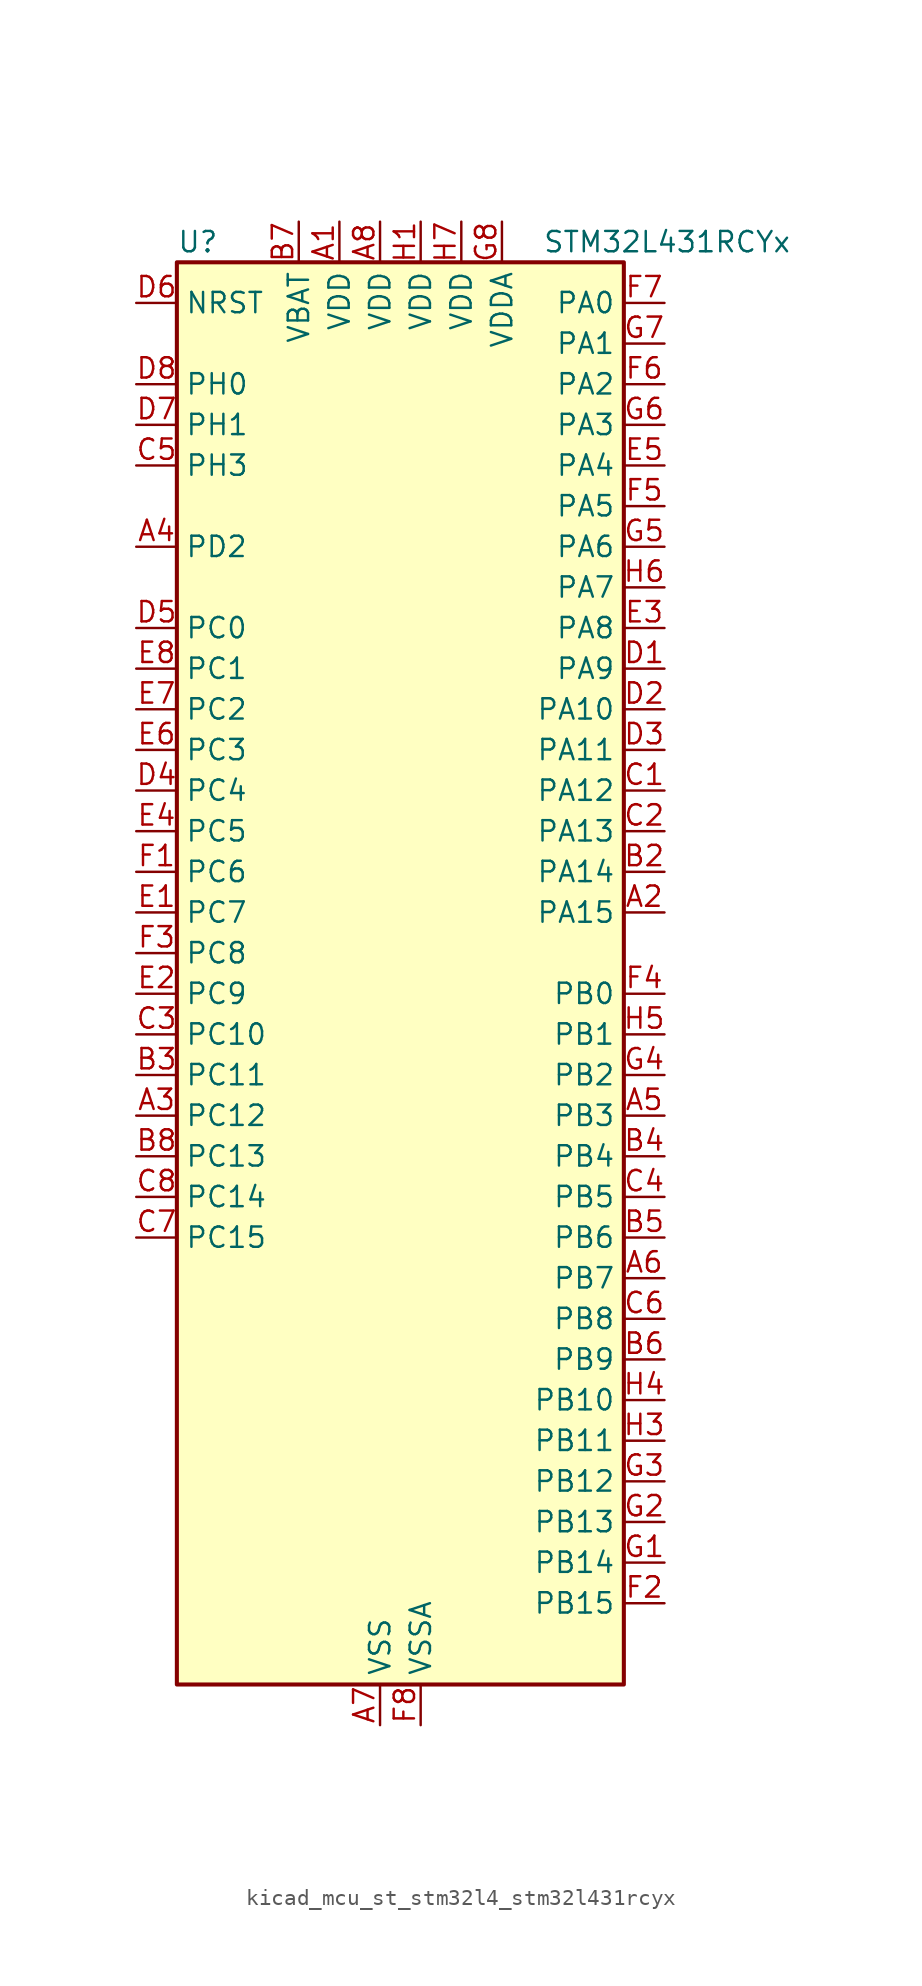
<source format=kicad_sym>
(kicad_symbol_lib
  (version 20220914)
  (generator kicad_symbol_editor)
  (symbol "kicad_mcu_st_stm32l4_stm32l431rcyx"
    (property "Reference" "U"
      (at -12.7 46.99 0)
      (effects (font (size 1.27 1.27)) (justify left)))
    (property "Value" "STM32L431RCYx"
      (at 10.16 46.99 0)
      (effects (font (size 1.27 1.27)) (justify left)))
    (property "ki_locked" ""
      (at 0 0 0)
      (effects (font (size 1.27 1.27))))
    (symbol "kicad_mcu_st_stm32l4_stm32l431rcyx_0_1"
      (rectangle (start -12.7 -43.18) (end 15.24 45.72) (stroke (width 0.254) (type default)) (fill (type background))))
    (symbol "kicad_mcu_st_stm32l4_stm32l431rcyx_1_1"
      (pin power_in line (at -2.54 48.26 270) (length 2.54) (name "VDD" (effects (font (size 1.27 1.27)))) (number "A1" (effects (font (size 1.27 1.27)))))
      (pin bidirectional line (at 17.78 5.08 180) (length 2.54) (name "PA15" (effects (font (size 1.27 1.27)))) (number "A2" (effects (font (size 1.27 1.27)))) (alternate "ADC1_EXTI15" bidirectional line) (alternate "SPI1_NSS" bidirectional line) (alternate "SPI3_NSS" bidirectional line) (alternate "SWPMI1_SUSPEND" bidirectional line) (alternate "SYS_JTDI" bidirectional line) (alternate "TIM2_CH1" bidirectional line) (alternate "TIM2_ETR" bidirectional line) (alternate "TSC_G3_IO1" bidirectional line) (alternate "USART2_RX" bidirectional line) (alternate "USART3_DE" bidirectional line) (alternate "USART3_RTS" bidirectional line))
      (pin bidirectional line (at -15.24 -7.62 0) (length 2.54) (name "PC12" (effects (font (size 1.27 1.27)))) (number "A3" (effects (font (size 1.27 1.27)))) (alternate "SDMMC1_CK" bidirectional line) (alternate "SPI3_MOSI" bidirectional line) (alternate "TSC_G3_IO4" bidirectional line) (alternate "USART3_CK" bidirectional line))
      (pin bidirectional line (at -15.24 27.94 0) (length 2.54) (name "PD2" (effects (font (size 1.27 1.27)))) (number "A4" (effects (font (size 1.27 1.27)))) (alternate "SDMMC1_CMD" bidirectional line) (alternate "TSC_SYNC" bidirectional line) (alternate "USART3_DE" bidirectional line) (alternate "USART3_RTS" bidirectional line))
      (pin bidirectional line (at 17.78 -7.62 180) (length 2.54) (name "PB3" (effects (font (size 1.27 1.27)))) (number "A5" (effects (font (size 1.27 1.27)))) (alternate "COMP2_INM" bidirectional line) (alternate "SAI1_SCK_B" bidirectional line) (alternate "SPI1_SCK" bidirectional line) (alternate "SPI3_SCK" bidirectional line) (alternate "SYS_JTDO-SWO" bidirectional line) (alternate "TIM2_CH2" bidirectional line) (alternate "USART1_DE" bidirectional line) (alternate "USART1_RTS" bidirectional line))
      (pin bidirectional line (at 17.78 -17.78 180) (length 2.54) (name "PB7" (effects (font (size 1.27 1.27)))) (number "A6" (effects (font (size 1.27 1.27)))) (alternate "COMP2_INM" bidirectional line) (alternate "I2C1_SDA" bidirectional line) (alternate "LPTIM1_IN2" bidirectional line) (alternate "SYS_PVD_IN" bidirectional line) (alternate "TSC_G2_IO4" bidirectional line) (alternate "USART1_RX" bidirectional line))
      (pin power_in line (at 0 -45.72 90) (length 2.54) (name "VSS" (effects (font (size 1.27 1.27)))) (number "A7" (effects (font (size 1.27 1.27)))))
      (pin power_in line (at 0 48.26 270) (length 2.54) (name "VDD" (effects (font (size 1.27 1.27)))) (number "A8" (effects (font (size 1.27 1.27)))))
      (pin passive line (at 0 -45.72 90) (length 2.54) hide (name "VSS" (effects (font (size 1.27 1.27)))) (number "B1" (effects (font (size 1.27 1.27)))))
      (pin bidirectional line (at 17.78 7.62 180) (length 2.54) (name "PA14" (effects (font (size 1.27 1.27)))) (number "B2" (effects (font (size 1.27 1.27)))) (alternate "I2C1_SMBA" bidirectional line) (alternate "LPTIM1_OUT" bidirectional line) (alternate "SAI1_FS_B" bidirectional line) (alternate "SWPMI1_RX" bidirectional line) (alternate "SYS_JTCK-SWCLK" bidirectional line))
      (pin bidirectional line (at -15.24 -5.08 0) (length 2.54) (name "PC11" (effects (font (size 1.27 1.27)))) (number "B3" (effects (font (size 1.27 1.27)))) (alternate "ADC1_EXTI11" bidirectional line) (alternate "SDMMC1_D3" bidirectional line) (alternate "SPI3_MISO" bidirectional line) (alternate "TSC_G3_IO3" bidirectional line) (alternate "USART3_RX" bidirectional line))
      (pin bidirectional line (at 17.78 -10.16 180) (length 2.54) (name "PB4" (effects (font (size 1.27 1.27)))) (number "B4" (effects (font (size 1.27 1.27)))) (alternate "COMP2_INP" bidirectional line) (alternate "I2C3_SDA" bidirectional line) (alternate "SAI1_MCLK_B" bidirectional line) (alternate "SPI1_MISO" bidirectional line) (alternate "SPI3_MISO" bidirectional line) (alternate "SYS_JTRST" bidirectional line) (alternate "TSC_G2_IO1" bidirectional line) (alternate "USART1_CTS" bidirectional line))
      (pin bidirectional line (at 17.78 -15.24 180) (length 2.54) (name "PB6" (effects (font (size 1.27 1.27)))) (number "B5" (effects (font (size 1.27 1.27)))) (alternate "COMP2_INP" bidirectional line) (alternate "I2C1_SCL" bidirectional line) (alternate "LPTIM1_ETR" bidirectional line) (alternate "SAI1_FS_B" bidirectional line) (alternate "TIM16_CH1N" bidirectional line) (alternate "TSC_G2_IO3" bidirectional line) (alternate "USART1_TX" bidirectional line))
      (pin bidirectional line (at 17.78 -22.86 180) (length 2.54) (name "PB9" (effects (font (size 1.27 1.27)))) (number "B6" (effects (font (size 1.27 1.27)))) (alternate "CAN1_TX" bidirectional line) (alternate "DAC1_EXTI9" bidirectional line) (alternate "I2C1_SDA" bidirectional line) (alternate "IR_OUT" bidirectional line) (alternate "SAI1_FS_A" bidirectional line) (alternate "SDMMC1_D5" bidirectional line) (alternate "SPI2_NSS" bidirectional line))
      (pin power_in line (at -5.08 48.26 270) (length 2.54) (name "VBAT" (effects (font (size 1.27 1.27)))) (number "B7" (effects (font (size 1.27 1.27)))))
      (pin bidirectional line (at -15.24 -10.16 0) (length 2.54) (name "PC13" (effects (font (size 1.27 1.27)))) (number "B8" (effects (font (size 1.27 1.27)))) (alternate "RTC_OUT_ALARM" bidirectional line) (alternate "RTC_OUT_CALIB" bidirectional line) (alternate "RTC_TAMP1" bidirectional line) (alternate "RTC_TS" bidirectional line) (alternate "SYS_WKUP2" bidirectional line))
      (pin bidirectional line (at 17.78 12.7 180) (length 2.54) (name "PA12" (effects (font (size 1.27 1.27)))) (number "C1" (effects (font (size 1.27 1.27)))) (alternate "CAN1_TX" bidirectional line) (alternate "SPI1_MOSI" bidirectional line) (alternate "TIM1_ETR" bidirectional line) (alternate "USART1_DE" bidirectional line) (alternate "USART1_RTS" bidirectional line))
      (pin bidirectional line (at 17.78 10.16 180) (length 2.54) (name "PA13" (effects (font (size 1.27 1.27)))) (number "C2" (effects (font (size 1.27 1.27)))) (alternate "IR_OUT" bidirectional line) (alternate "SAI1_SD_B" bidirectional line) (alternate "SWPMI1_TX" bidirectional line) (alternate "SYS_JTMS-SWDIO" bidirectional line))
      (pin bidirectional line (at -15.24 -2.54 0) (length 2.54) (name "PC10" (effects (font (size 1.27 1.27)))) (number "C3" (effects (font (size 1.27 1.27)))) (alternate "SDMMC1_D2" bidirectional line) (alternate "SPI3_SCK" bidirectional line) (alternate "TSC_G3_IO2" bidirectional line) (alternate "USART3_TX" bidirectional line))
      (pin bidirectional line (at 17.78 -12.7 180) (length 2.54) (name "PB5" (effects (font (size 1.27 1.27)))) (number "C4" (effects (font (size 1.27 1.27)))) (alternate "COMP2_OUT" bidirectional line) (alternate "I2C1_SMBA" bidirectional line) (alternate "LPTIM1_IN1" bidirectional line) (alternate "SAI1_SD_B" bidirectional line) (alternate "SPI1_MOSI" bidirectional line) (alternate "SPI3_MOSI" bidirectional line) (alternate "TIM16_BKIN" bidirectional line) (alternate "TSC_G2_IO2" bidirectional line) (alternate "USART1_CK" bidirectional line))
      (pin bidirectional line (at -15.24 33.02 0) (length 2.54) (name "PH3" (effects (font (size 1.27 1.27)))) (number "C5" (effects (font (size 1.27 1.27)))))
      (pin bidirectional line (at 17.78 -20.32 180) (length 2.54) (name "PB8" (effects (font (size 1.27 1.27)))) (number "C6" (effects (font (size 1.27 1.27)))) (alternate "CAN1_RX" bidirectional line) (alternate "I2C1_SCL" bidirectional line) (alternate "SAI1_MCLK_A" bidirectional line) (alternate "SDMMC1_D4" bidirectional line) (alternate "TIM16_CH1" bidirectional line))
      (pin bidirectional line (at -15.24 -15.24 0) (length 2.54) (name "PC15" (effects (font (size 1.27 1.27)))) (number "C7" (effects (font (size 1.27 1.27)))) (alternate "ADC1_EXTI15" bidirectional line) (alternate "RCC_OSC32_OUT" bidirectional line))
      (pin bidirectional line (at -15.24 -12.7 0) (length 2.54) (name "PC14" (effects (font (size 1.27 1.27)))) (number "C8" (effects (font (size 1.27 1.27)))) (alternate "RCC_OSC32_IN" bidirectional line))
      (pin bidirectional line (at 17.78 20.32 180) (length 2.54) (name "PA9" (effects (font (size 1.27 1.27)))) (number "D1" (effects (font (size 1.27 1.27)))) (alternate "DAC1_EXTI9" bidirectional line) (alternate "I2C1_SCL" bidirectional line) (alternate "SAI1_FS_A" bidirectional line) (alternate "TIM15_BKIN" bidirectional line) (alternate "TIM1_CH2" bidirectional line) (alternate "USART1_TX" bidirectional line))
      (pin bidirectional line (at 17.78 17.78 180) (length 2.54) (name "PA10" (effects (font (size 1.27 1.27)))) (number "D2" (effects (font (size 1.27 1.27)))) (alternate "I2C1_SDA" bidirectional line) (alternate "SAI1_SD_A" bidirectional line) (alternate "TIM1_CH3" bidirectional line) (alternate "USART1_RX" bidirectional line))
      (pin bidirectional line (at 17.78 15.24 180) (length 2.54) (name "PA11" (effects (font (size 1.27 1.27)))) (number "D3" (effects (font (size 1.27 1.27)))) (alternate "ADC1_EXTI11" bidirectional line) (alternate "CAN1_RX" bidirectional line) (alternate "COMP1_OUT" bidirectional line) (alternate "SPI1_MISO" bidirectional line) (alternate "TIM1_BKIN2" bidirectional line) (alternate "TIM1_BKIN2_COMP1" bidirectional line) (alternate "TIM1_CH4" bidirectional line) (alternate "USART1_CTS" bidirectional line))
      (pin bidirectional line (at -15.24 12.7 0) (length 2.54) (name "PC4" (effects (font (size 1.27 1.27)))) (number "D4" (effects (font (size 1.27 1.27)))) (alternate "ADC1_IN13" bidirectional line) (alternate "COMP1_INM" bidirectional line) (alternate "USART3_TX" bidirectional line))
      (pin bidirectional line (at -15.24 22.86 0) (length 2.54) (name "PC0" (effects (font (size 1.27 1.27)))) (number "D5" (effects (font (size 1.27 1.27)))) (alternate "ADC1_IN1" bidirectional line) (alternate "I2C3_SCL" bidirectional line) (alternate "LPTIM1_IN1" bidirectional line) (alternate "LPTIM2_IN1" bidirectional line) (alternate "LPUART1_RX" bidirectional line))
      (pin input line (at -15.24 43.18 0) (length 2.54) (name "NRST" (effects (font (size 1.27 1.27)))) (number "D6" (effects (font (size 1.27 1.27)))))
      (pin bidirectional line (at -15.24 35.56 0) (length 2.54) (name "PH1" (effects (font (size 1.27 1.27)))) (number "D7" (effects (font (size 1.27 1.27)))) (alternate "RCC_OSC_OUT" bidirectional line))
      (pin bidirectional line (at -15.24 38.1 0) (length 2.54) (name "PH0" (effects (font (size 1.27 1.27)))) (number "D8" (effects (font (size 1.27 1.27)))) (alternate "RCC_OSC_IN" bidirectional line))
      (pin bidirectional line (at -15.24 5.08 0) (length 2.54) (name "PC7" (effects (font (size 1.27 1.27)))) (number "E1" (effects (font (size 1.27 1.27)))) (alternate "SDMMC1_D7" bidirectional line) (alternate "TSC_G4_IO2" bidirectional line))
      (pin bidirectional line (at -15.24 0 0) (length 2.54) (name "PC9" (effects (font (size 1.27 1.27)))) (number "E2" (effects (font (size 1.27 1.27)))) (alternate "DAC1_EXTI9" bidirectional line) (alternate "SDMMC1_D1" bidirectional line) (alternate "TSC_G4_IO4" bidirectional line))
      (pin bidirectional line (at 17.78 22.86 180) (length 2.54) (name "PA8" (effects (font (size 1.27 1.27)))) (number "E3" (effects (font (size 1.27 1.27)))) (alternate "LPTIM2_OUT" bidirectional line) (alternate "RCC_MCO" bidirectional line) (alternate "SAI1_SCK_A" bidirectional line) (alternate "SWPMI1_IO" bidirectional line) (alternate "TIM1_CH1" bidirectional line) (alternate "USART1_CK" bidirectional line))
      (pin bidirectional line (at -15.24 10.16 0) (length 2.54) (name "PC5" (effects (font (size 1.27 1.27)))) (number "E4" (effects (font (size 1.27 1.27)))) (alternate "ADC1_IN14" bidirectional line) (alternate "COMP1_INP" bidirectional line) (alternate "SYS_WKUP5" bidirectional line) (alternate "USART3_RX" bidirectional line))
      (pin bidirectional line (at 17.78 33.02 180) (length 2.54) (name "PA4" (effects (font (size 1.27 1.27)))) (number "E5" (effects (font (size 1.27 1.27)))) (alternate "ADC1_IN9" bidirectional line) (alternate "COMP1_INM" bidirectional line) (alternate "COMP2_INM" bidirectional line) (alternate "DAC1_OUT1" bidirectional line) (alternate "LPTIM2_OUT" bidirectional line) (alternate "SAI1_FS_B" bidirectional line) (alternate "SPI1_NSS" bidirectional line) (alternate "SPI3_NSS" bidirectional line) (alternate "USART2_CK" bidirectional line))
      (pin bidirectional line (at -15.24 15.24 0) (length 2.54) (name "PC3" (effects (font (size 1.27 1.27)))) (number "E6" (effects (font (size 1.27 1.27)))) (alternate "ADC1_IN4" bidirectional line) (alternate "LPTIM1_ETR" bidirectional line) (alternate "LPTIM2_ETR" bidirectional line) (alternate "SAI1_SD_A" bidirectional line) (alternate "SPI2_MOSI" bidirectional line))
      (pin bidirectional line (at -15.24 17.78 0) (length 2.54) (name "PC2" (effects (font (size 1.27 1.27)))) (number "E7" (effects (font (size 1.27 1.27)))) (alternate "ADC1_IN3" bidirectional line) (alternate "LPTIM1_IN2" bidirectional line) (alternate "SPI2_MISO" bidirectional line))
      (pin bidirectional line (at -15.24 20.32 0) (length 2.54) (name "PC1" (effects (font (size 1.27 1.27)))) (number "E8" (effects (font (size 1.27 1.27)))) (alternate "ADC1_IN2" bidirectional line) (alternate "I2C3_SDA" bidirectional line) (alternate "LPTIM1_OUT" bidirectional line) (alternate "LPUART1_TX" bidirectional line))
      (pin bidirectional line (at -15.24 7.62 0) (length 2.54) (name "PC6" (effects (font (size 1.27 1.27)))) (number "F1" (effects (font (size 1.27 1.27)))) (alternate "SDMMC1_D6" bidirectional line) (alternate "TSC_G4_IO1" bidirectional line))
      (pin bidirectional line (at 17.78 -38.1 180) (length 2.54) (name "PB15" (effects (font (size 1.27 1.27)))) (number "F2" (effects (font (size 1.27 1.27)))) (alternate "ADC1_EXTI15" bidirectional line) (alternate "RTC_REFIN" bidirectional line) (alternate "SAI1_SD_A" bidirectional line) (alternate "SPI2_MOSI" bidirectional line) (alternate "SWPMI1_SUSPEND" bidirectional line) (alternate "TIM15_CH2" bidirectional line) (alternate "TIM1_CH3N" bidirectional line) (alternate "TSC_G1_IO4" bidirectional line))
      (pin bidirectional line (at -15.24 2.54 0) (length 2.54) (name "PC8" (effects (font (size 1.27 1.27)))) (number "F3" (effects (font (size 1.27 1.27)))) (alternate "SDMMC1_D0" bidirectional line) (alternate "TSC_G4_IO3" bidirectional line))
      (pin bidirectional line (at 17.78 0 180) (length 2.54) (name "PB0" (effects (font (size 1.27 1.27)))) (number "F4" (effects (font (size 1.27 1.27)))) (alternate "ADC1_IN15" bidirectional line) (alternate "COMP1_OUT" bidirectional line) (alternate "QUADSPI_BK1_IO1" bidirectional line) (alternate "SAI1_EXTCLK" bidirectional line) (alternate "SPI1_NSS" bidirectional line) (alternate "TIM1_CH2N" bidirectional line) (alternate "USART3_CK" bidirectional line))
      (pin bidirectional line (at 17.78 30.48 180) (length 2.54) (name "PA5" (effects (font (size 1.27 1.27)))) (number "F5" (effects (font (size 1.27 1.27)))) (alternate "ADC1_IN10" bidirectional line) (alternate "COMP1_INM" bidirectional line) (alternate "COMP2_INM" bidirectional line) (alternate "DAC1_OUT2" bidirectional line) (alternate "LPTIM2_ETR" bidirectional line) (alternate "SPI1_SCK" bidirectional line) (alternate "TIM2_CH1" bidirectional line) (alternate "TIM2_ETR" bidirectional line))
      (pin bidirectional line (at 17.78 38.1 180) (length 2.54) (name "PA2" (effects (font (size 1.27 1.27)))) (number "F6" (effects (font (size 1.27 1.27)))) (alternate "ADC1_IN7" bidirectional line) (alternate "COMP2_INM" bidirectional line) (alternate "COMP2_OUT" bidirectional line) (alternate "LPUART1_TX" bidirectional line) (alternate "QUADSPI_BK1_NCS" bidirectional line) (alternate "RCC_LSCO" bidirectional line) (alternate "SYS_WKUP4" bidirectional line) (alternate "TIM15_CH1" bidirectional line) (alternate "TIM2_CH3" bidirectional line) (alternate "USART2_TX" bidirectional line))
      (pin bidirectional line (at 17.78 43.18 180) (length 2.54) (name "PA0" (effects (font (size 1.27 1.27)))) (number "F7" (effects (font (size 1.27 1.27)))) (alternate "ADC1_IN5" bidirectional line) (alternate "COMP1_INM" bidirectional line) (alternate "COMP1_OUT" bidirectional line) (alternate "OPAMP1_VINP" bidirectional line) (alternate "RTC_TAMP2" bidirectional line) (alternate "SAI1_EXTCLK" bidirectional line) (alternate "SYS_WKUP1" bidirectional line) (alternate "TIM2_CH1" bidirectional line) (alternate "TIM2_ETR" bidirectional line) (alternate "USART2_CTS" bidirectional line))
      (pin power_in line (at 2.54 -45.72 90) (length 2.54) (name "VSSA" (effects (font (size 1.27 1.27)))) (number "F8" (effects (font (size 1.27 1.27)))))
      (pin bidirectional line (at 17.78 -35.56 180) (length 2.54) (name "PB14" (effects (font (size 1.27 1.27)))) (number "G1" (effects (font (size 1.27 1.27)))) (alternate "I2C2_SDA" bidirectional line) (alternate "SAI1_MCLK_A" bidirectional line) (alternate "SPI2_MISO" bidirectional line) (alternate "SWPMI1_RX" bidirectional line) (alternate "TIM15_CH1" bidirectional line) (alternate "TIM1_CH2N" bidirectional line) (alternate "TSC_G1_IO3" bidirectional line) (alternate "USART3_DE" bidirectional line) (alternate "USART3_RTS" bidirectional line))
      (pin bidirectional line (at 17.78 -33.02 180) (length 2.54) (name "PB13" (effects (font (size 1.27 1.27)))) (number "G2" (effects (font (size 1.27 1.27)))) (alternate "I2C2_SCL" bidirectional line) (alternate "LPUART1_CTS" bidirectional line) (alternate "SAI1_SCK_A" bidirectional line) (alternate "SPI2_SCK" bidirectional line) (alternate "SWPMI1_TX" bidirectional line) (alternate "TIM15_CH1N" bidirectional line) (alternate "TIM1_CH1N" bidirectional line) (alternate "TSC_G1_IO2" bidirectional line) (alternate "USART3_CTS" bidirectional line))
      (pin bidirectional line (at 17.78 -30.48 180) (length 2.54) (name "PB12" (effects (font (size 1.27 1.27)))) (number "G3" (effects (font (size 1.27 1.27)))) (alternate "I2C2_SMBA" bidirectional line) (alternate "LPUART1_DE" bidirectional line) (alternate "LPUART1_RTS" bidirectional line) (alternate "SAI1_FS_A" bidirectional line) (alternate "SPI2_NSS" bidirectional line) (alternate "SWPMI1_IO" bidirectional line) (alternate "TIM15_BKIN" bidirectional line) (alternate "TIM1_BKIN" bidirectional line) (alternate "TIM1_BKIN_COMP2" bidirectional line) (alternate "TSC_G1_IO1" bidirectional line) (alternate "USART3_CK" bidirectional line))
      (pin bidirectional line (at 17.78 -5.08 180) (length 2.54) (name "PB2" (effects (font (size 1.27 1.27)))) (number "G4" (effects (font (size 1.27 1.27)))) (alternate "COMP1_INP" bidirectional line) (alternate "I2C3_SMBA" bidirectional line) (alternate "LPTIM1_OUT" bidirectional line) (alternate "RTC_OUT_ALARM" bidirectional line) (alternate "RTC_OUT_CALIB" bidirectional line))
      (pin bidirectional line (at 17.78 27.94 180) (length 2.54) (name "PA6" (effects (font (size 1.27 1.27)))) (number "G5" (effects (font (size 1.27 1.27)))) (alternate "ADC1_IN11" bidirectional line) (alternate "COMP1_OUT" bidirectional line) (alternate "LPUART1_CTS" bidirectional line) (alternate "QUADSPI_BK1_IO3" bidirectional line) (alternate "SPI1_MISO" bidirectional line) (alternate "TIM16_CH1" bidirectional line) (alternate "TIM1_BKIN" bidirectional line) (alternate "TIM1_BKIN_COMP2" bidirectional line) (alternate "USART3_CTS" bidirectional line))
      (pin bidirectional line (at 17.78 35.56 180) (length 2.54) (name "PA3" (effects (font (size 1.27 1.27)))) (number "G6" (effects (font (size 1.27 1.27)))) (alternate "ADC1_IN8" bidirectional line) (alternate "COMP2_INP" bidirectional line) (alternate "LPUART1_RX" bidirectional line) (alternate "OPAMP1_VOUT" bidirectional line) (alternate "QUADSPI_CLK" bidirectional line) (alternate "SAI1_MCLK_A" bidirectional line) (alternate "TIM15_CH2" bidirectional line) (alternate "TIM2_CH4" bidirectional line) (alternate "USART2_RX" bidirectional line))
      (pin bidirectional line (at 17.78 40.64 180) (length 2.54) (name "PA1" (effects (font (size 1.27 1.27)))) (number "G7" (effects (font (size 1.27 1.27)))) (alternate "ADC1_IN6" bidirectional line) (alternate "COMP1_INP" bidirectional line) (alternate "I2C1_SMBA" bidirectional line) (alternate "OPAMP1_VINM" bidirectional line) (alternate "SPI1_SCK" bidirectional line) (alternate "TIM15_CH1N" bidirectional line) (alternate "TIM2_CH2" bidirectional line) (alternate "USART2_DE" bidirectional line) (alternate "USART2_RTS" bidirectional line))
      (pin power_in line (at 7.62 48.26 270) (length 2.54) (name "VDDA" (effects (font (size 1.27 1.27)))) (number "G8" (effects (font (size 1.27 1.27)))))
      (pin power_in line (at 2.54 48.26 270) (length 2.54) (name "VDD" (effects (font (size 1.27 1.27)))) (number "H1" (effects (font (size 1.27 1.27)))))
      (pin passive line (at 0 -45.72 90) (length 2.54) hide (name "VSS" (effects (font (size 1.27 1.27)))) (number "H2" (effects (font (size 1.27 1.27)))))
      (pin bidirectional line (at 17.78 -27.94 180) (length 2.54) (name "PB11" (effects (font (size 1.27 1.27)))) (number "H3" (effects (font (size 1.27 1.27)))) (alternate "ADC1_EXTI11" bidirectional line) (alternate "COMP2_OUT" bidirectional line) (alternate "I2C2_SDA" bidirectional line) (alternate "LPUART1_TX" bidirectional line) (alternate "QUADSPI_BK1_NCS" bidirectional line) (alternate "TIM2_CH4" bidirectional line) (alternate "USART3_RX" bidirectional line))
      (pin bidirectional line (at 17.78 -25.4 180) (length 2.54) (name "PB10" (effects (font (size 1.27 1.27)))) (number "H4" (effects (font (size 1.27 1.27)))) (alternate "COMP1_OUT" bidirectional line) (alternate "I2C2_SCL" bidirectional line) (alternate "LPUART1_RX" bidirectional line) (alternate "QUADSPI_CLK" bidirectional line) (alternate "SAI1_SCK_A" bidirectional line) (alternate "SPI2_SCK" bidirectional line) (alternate "TIM2_CH3" bidirectional line) (alternate "TSC_SYNC" bidirectional line) (alternate "USART3_TX" bidirectional line))
      (pin bidirectional line (at 17.78 -2.54 180) (length 2.54) (name "PB1" (effects (font (size 1.27 1.27)))) (number "H5" (effects (font (size 1.27 1.27)))) (alternate "ADC1_IN16" bidirectional line) (alternate "COMP1_INM" bidirectional line) (alternate "LPTIM2_IN1" bidirectional line) (alternate "LPUART1_DE" bidirectional line) (alternate "LPUART1_RTS" bidirectional line) (alternate "QUADSPI_BK1_IO0" bidirectional line) (alternate "TIM1_CH3N" bidirectional line) (alternate "USART3_DE" bidirectional line) (alternate "USART3_RTS" bidirectional line))
      (pin bidirectional line (at 17.78 25.4 180) (length 2.54) (name "PA7" (effects (font (size 1.27 1.27)))) (number "H6" (effects (font (size 1.27 1.27)))) (alternate "ADC1_IN12" bidirectional line) (alternate "COMP2_OUT" bidirectional line) (alternate "I2C3_SCL" bidirectional line) (alternate "QUADSPI_BK1_IO2" bidirectional line) (alternate "SPI1_MOSI" bidirectional line) (alternate "TIM1_CH1N" bidirectional line))
      (pin power_in line (at 5.08 48.26 270) (length 2.54) (name "VDD" (effects (font (size 1.27 1.27)))) (number "H7" (effects (font (size 1.27 1.27)))))
      (pin passive line (at 0 -45.72 90) (length 2.54) hide (name "VSS" (effects (font (size 1.27 1.27)))) (number "H8" (effects (font (size 1.27 1.27))))))))
</source>
